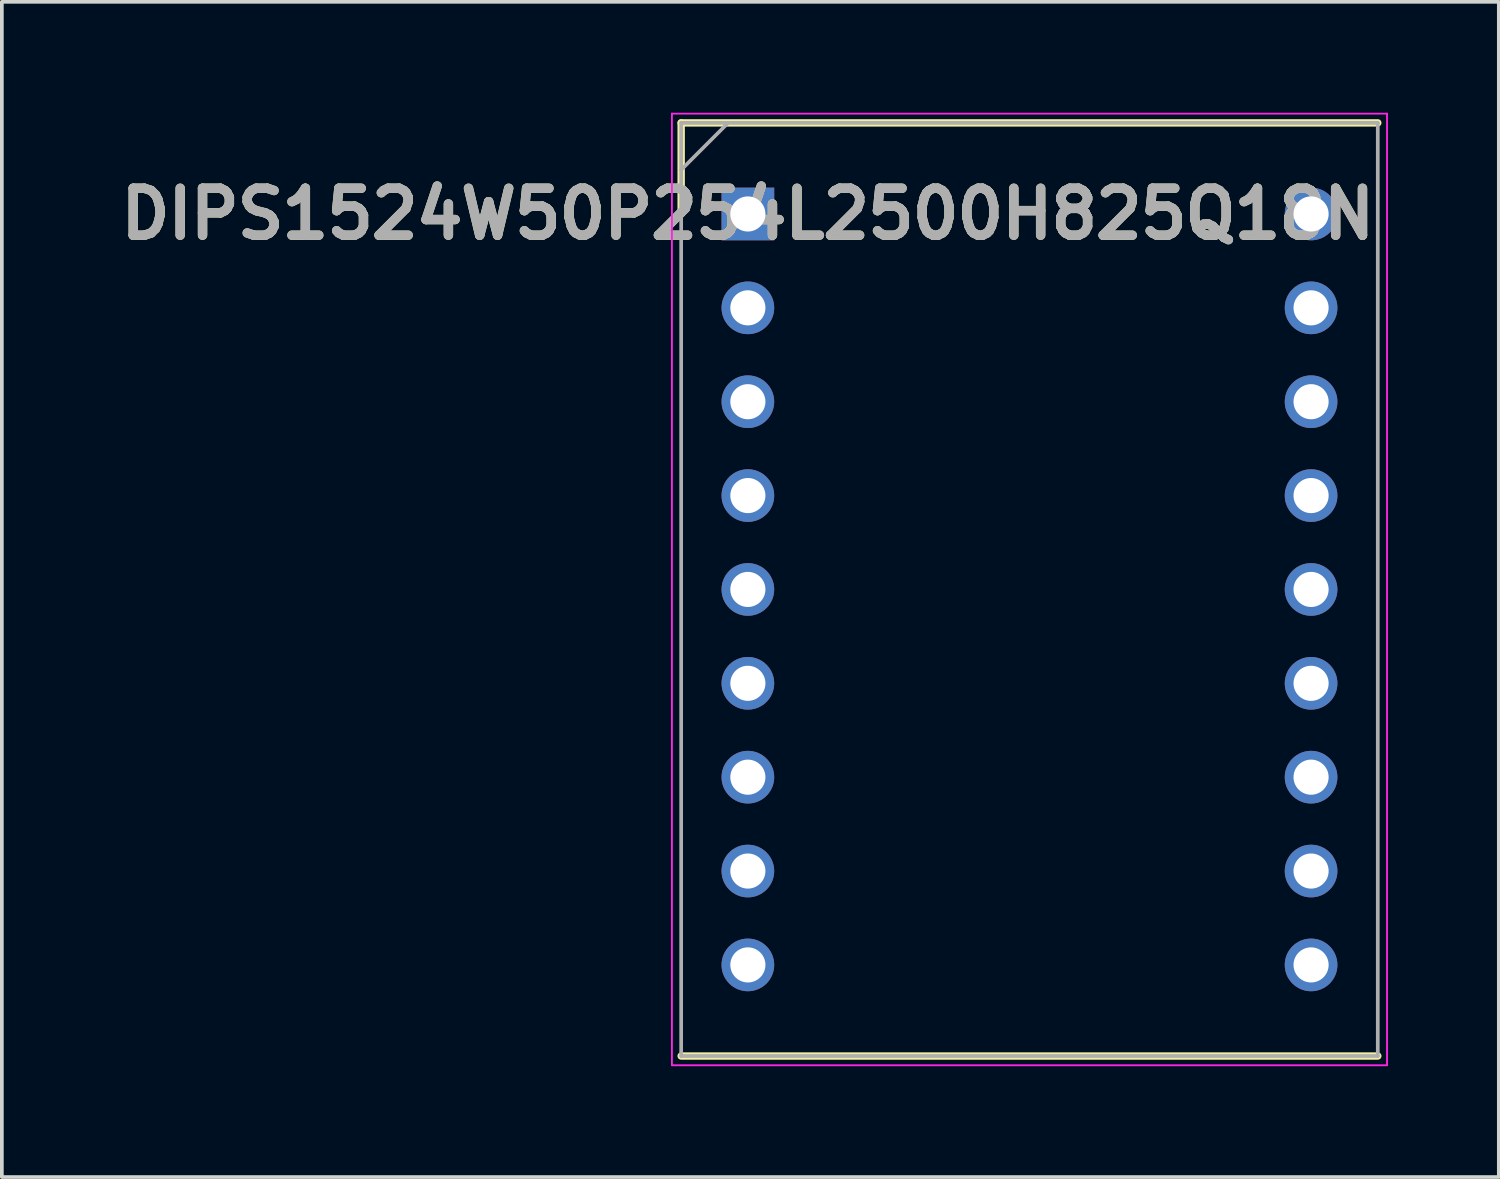
<source format=kicad_pcb>
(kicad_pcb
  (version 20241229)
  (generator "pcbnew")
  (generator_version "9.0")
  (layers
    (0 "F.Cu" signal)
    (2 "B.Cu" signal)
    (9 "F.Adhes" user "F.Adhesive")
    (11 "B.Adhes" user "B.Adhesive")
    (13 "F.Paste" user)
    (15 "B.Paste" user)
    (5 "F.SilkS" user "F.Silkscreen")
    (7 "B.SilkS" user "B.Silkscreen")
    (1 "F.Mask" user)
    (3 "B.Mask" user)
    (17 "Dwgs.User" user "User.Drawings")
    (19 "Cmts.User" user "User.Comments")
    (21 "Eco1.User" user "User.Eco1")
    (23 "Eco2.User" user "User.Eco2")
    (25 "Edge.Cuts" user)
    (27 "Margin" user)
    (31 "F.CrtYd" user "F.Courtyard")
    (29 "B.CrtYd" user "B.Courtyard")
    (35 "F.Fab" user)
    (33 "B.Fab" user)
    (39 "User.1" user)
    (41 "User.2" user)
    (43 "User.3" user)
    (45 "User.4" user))
  (footprint "DIPS1524W50P254L2500H825Q18N"
    (layer "F.Cu")
    (at 17.187 2.74)
    (property "Reference" "DIPS1524W50P254L2500H825Q18N" (at 0 0 0) (layer "F.SilkS") (effects (font (size 1.27 1.27) (thickness 0.254))))
    (attr through_hole)
    (fp_line (start -1.805 -2.465) (end -1.805 0) (stroke (width 0.2) (type solid)) (layer "F.SilkS"))
    (fp_line (start -1.805 22.785) (end 17.045 22.785) (stroke (width 0.2) (type solid)) (layer "F.SilkS"))
    (fp_line (start 17.045 -2.465) (end -1.805 -2.465) (stroke (width 0.2) (type solid)) (layer "F.SilkS"))
    (fp_line (start -2.055 -2.715) (end 17.295 -2.715) (stroke (width 0.05) (type solid)) (layer "F.CrtYd"))
    (fp_line (start -2.055 23.035) (end -2.055 -2.715) (stroke (width 0.05) (type solid)) (layer "F.CrtYd"))
    (fp_line (start 17.295 -2.715) (end 17.295 23.035) (stroke (width 0.05) (type solid)) (layer "F.CrtYd"))
    (fp_line (start 17.295 23.035) (end -2.055 23.035) (stroke (width 0.05) (type solid)) (layer "F.CrtYd"))
    (fp_line (start -1.805 -2.465) (end 17.045 -2.465) (stroke (width 0.1) (type solid)) (layer "F.Fab"))
    (fp_line (start -1.805 -1.195) (end -0.535 -2.465) (stroke (width 0.1) (type solid)) (layer "F.Fab"))
    (fp_line (start -1.805 22.785) (end -1.805 -2.465) (stroke (width 0.1) (type solid)) (layer "F.Fab"))
    (fp_line (start 17.045 -2.465) (end 17.045 22.785) (stroke (width 0.1) (type solid)) (layer "F.Fab"))
    (fp_line (start 17.045 22.785) (end -1.805 22.785) (stroke (width 0.1) (type solid)) (layer "F.Fab"))
    (fp_text user "${REFERENCE}" (at 0 0 0) (layer "F.Fab") (effects (font (size 1.27 1.27) (thickness 0.254))))
    (pad "1" thru_hole rect (at 0 0) (size 1.425 1.425) (drill 0.95) (layers "*.Cu" "*.Mask"))
    (pad "2" thru_hole circle (at 0 2.54) (size 1.425 1.425) (drill 0.95) (layers "*.Cu" "*.Mask"))
    (pad "3" thru_hole circle (at 0 5.08) (size 1.425 1.425) (drill 0.95) (layers "*.Cu" "*.Mask"))
    (pad "4" thru_hole circle (at 0 7.62) (size 1.425 1.425) (drill 0.95) (layers "*.Cu" "*.Mask"))
    (pad "5" thru_hole circle (at 0 10.16) (size 1.425 1.425) (drill 0.95) (layers "*.Cu" "*.Mask"))
    (pad "6" thru_hole circle (at 0 12.7) (size 1.425 1.425) (drill 0.95) (layers "*.Cu" "*.Mask"))
    (pad "7" thru_hole circle (at 0 15.24) (size 1.425 1.425) (drill 0.95) (layers "*.Cu" "*.Mask"))
    (pad "8" thru_hole circle (at 0 17.78) (size 1.425 1.425) (drill 0.95) (layers "*.Cu" "*.Mask"))
    (pad "9" thru_hole circle (at 0 20.32) (size 1.425 1.425) (drill 0.95) (layers "*.Cu" "*.Mask"))
    (pad "10" thru_hole circle (at 15.24 20.32) (size 1.425 1.425) (drill 0.95) (layers "*.Cu" "*.Mask"))
    (pad "11" thru_hole circle (at 15.24 17.78) (size 1.425 1.425) (drill 0.95) (layers "*.Cu" "*.Mask"))
    (pad "12" thru_hole circle (at 15.24 15.24) (size 1.425 1.425) (drill 0.95) (layers "*.Cu" "*.Mask"))
    (pad "13" thru_hole circle (at 15.24 12.7) (size 1.425 1.425) (drill 0.95) (layers "*.Cu" "*.Mask"))
    (pad "14" thru_hole circle (at 15.24 10.16) (size 1.425 1.425) (drill 0.95) (layers "*.Cu" "*.Mask"))
    (pad "15" thru_hole circle (at 15.24 7.62) (size 1.425 1.425) (drill 0.95) (layers "*.Cu" "*.Mask"))
    (pad "16" thru_hole circle (at 15.24 5.08) (size 1.425 1.425) (drill 0.95) (layers "*.Cu" "*.Mask"))
    (pad "17" thru_hole circle (at 15.24 2.54) (size 1.425 1.425) (drill 0.95) (layers "*.Cu" "*.Mask"))
    (pad "18" thru_hole circle (at 15.24 0) (size 1.425 1.425) (drill 0.95) (layers "*.Cu" "*.Mask")))
  (gr_rect
    (start -3 -3)
    (end 37.507 28.8)
    (stroke (width 0.1) (type default))
    (fill no)
    (layer "Edge.Cuts")))
</source>
